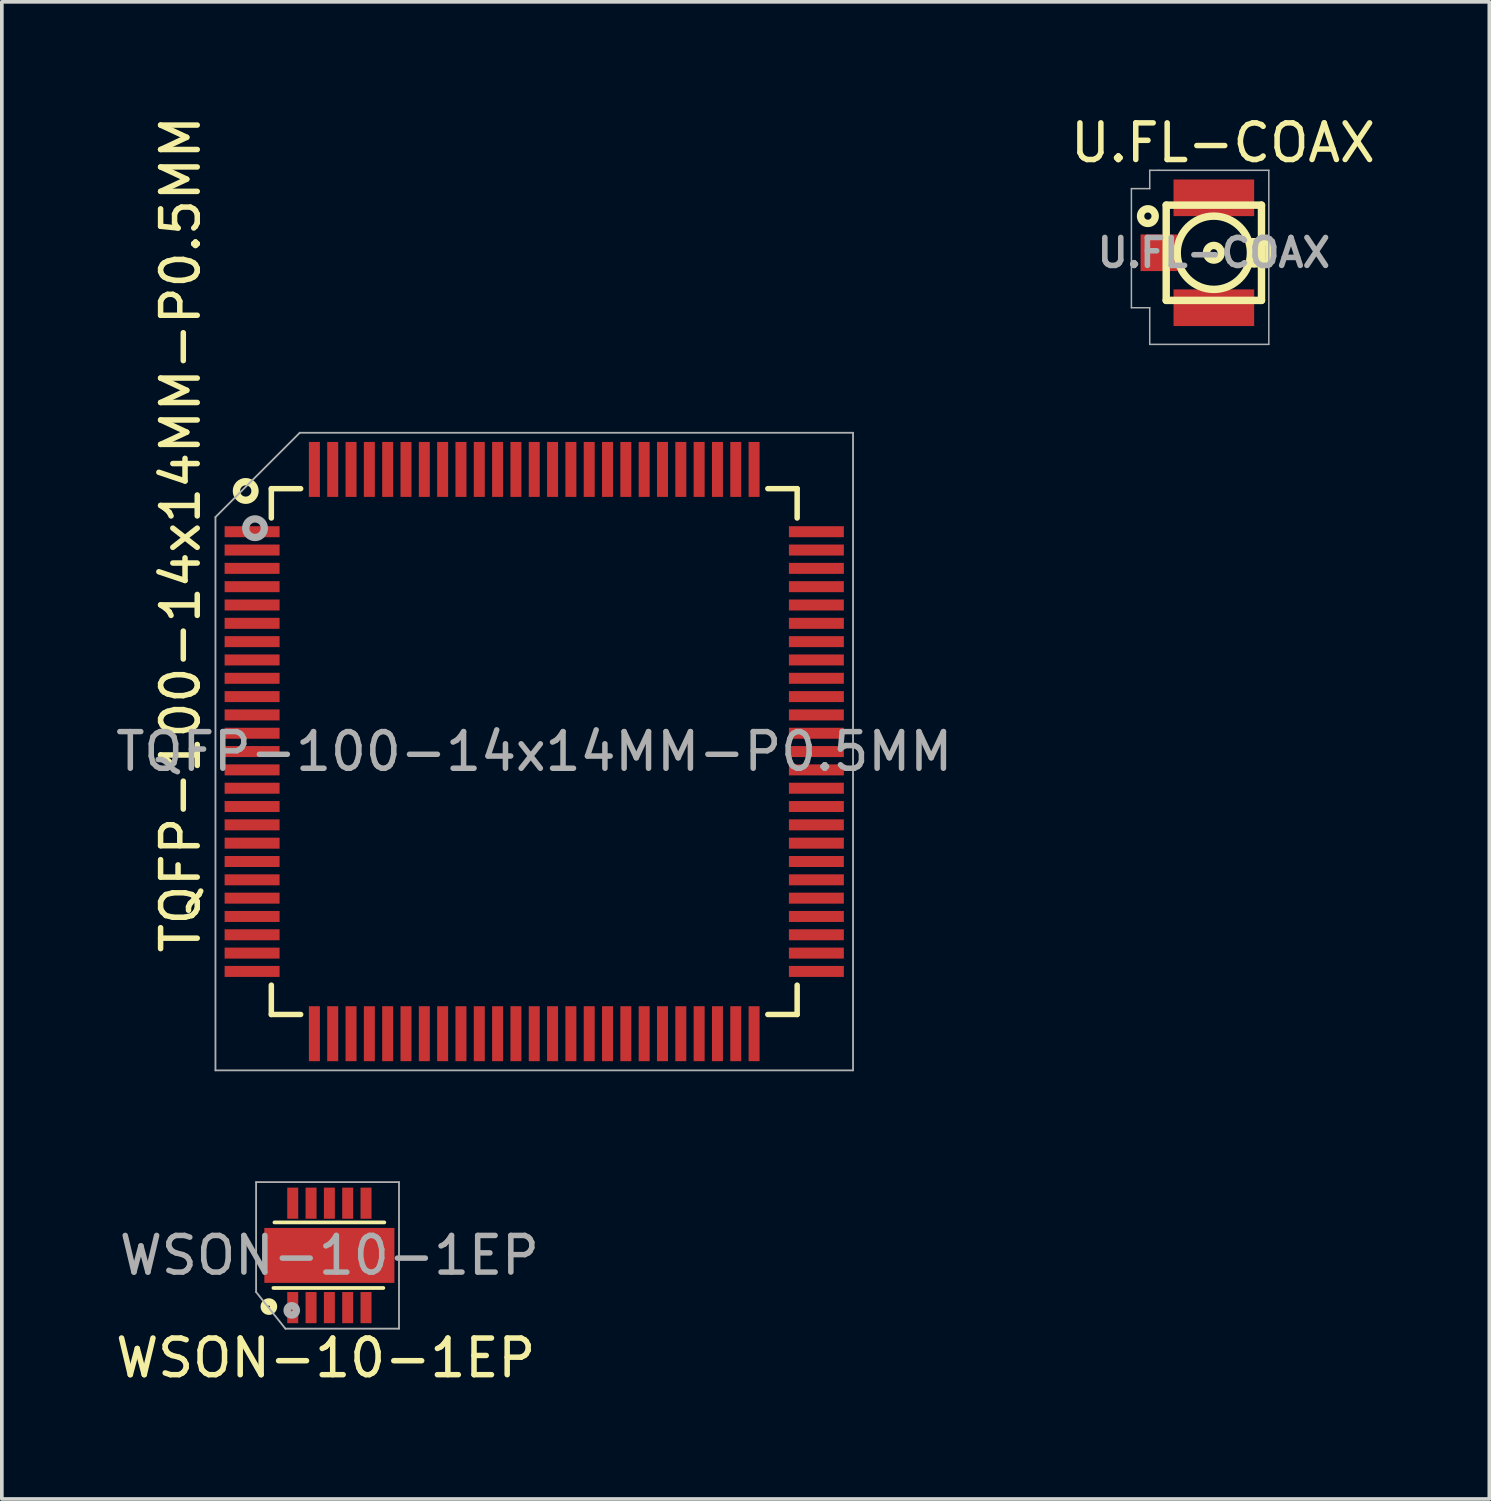
<source format=kicad_pcb>
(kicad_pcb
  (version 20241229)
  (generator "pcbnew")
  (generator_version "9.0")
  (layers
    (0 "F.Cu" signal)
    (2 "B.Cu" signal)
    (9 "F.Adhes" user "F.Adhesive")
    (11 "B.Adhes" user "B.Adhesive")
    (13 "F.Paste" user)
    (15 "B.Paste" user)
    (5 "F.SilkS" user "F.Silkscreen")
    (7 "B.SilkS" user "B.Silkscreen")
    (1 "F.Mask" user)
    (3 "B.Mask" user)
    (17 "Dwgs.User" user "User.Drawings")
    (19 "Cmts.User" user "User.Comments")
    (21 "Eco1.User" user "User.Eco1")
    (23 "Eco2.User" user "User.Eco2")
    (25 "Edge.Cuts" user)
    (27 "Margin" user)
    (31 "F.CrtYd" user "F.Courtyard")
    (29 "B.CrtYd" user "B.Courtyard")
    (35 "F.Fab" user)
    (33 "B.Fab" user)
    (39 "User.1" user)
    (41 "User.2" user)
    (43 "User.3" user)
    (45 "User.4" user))
  (footprint "TQFP-100-14x14MM-P0.5MM"
    (layer "F.Cu")
    (at 11.53 17.461)
    (property "Reference" "TQFP-100-14x14MM-P0.5MM" (at 0 0 180) (layer "F.Fab") (effects (font (size 1 1) (thickness 0.15))))
    (attr smd)
    (fp_line (start -7.175 -7.175) (end -7.175 -6.375) (stroke (width 0.15) (type solid)) (layer "F.SilkS"))
    (fp_line (start -7.175 -7.175) (end -6.375 -7.175) (stroke (width 0.15) (type solid)) (layer "F.SilkS"))
    (fp_line (start -7.175 7.175) (end -7.175 6.375) (stroke (width 0.15) (type solid)) (layer "F.SilkS"))
    (fp_line (start -7.175 7.175) (end -6.375 7.175) (stroke (width 0.15) (type solid)) (layer "F.SilkS"))
    (fp_line (start 7.175 -7.175) (end 6.375 -7.175) (stroke (width 0.15) (type solid)) (layer "F.SilkS"))
    (fp_line (start 7.175 -7.175) (end 7.175 -6.375) (stroke (width 0.15) (type solid)) (layer "F.SilkS"))
    (fp_line (start 7.175 7.175) (end 6.375 7.175) (stroke (width 0.15) (type solid)) (layer "F.SilkS"))
    (fp_line (start 7.175 7.175) (end 7.175 6.375) (stroke (width 0.15) (type solid)) (layer "F.SilkS"))
    (fp_circle (center -7.874 -7.112) (end -7.874 -6.858) (stroke (width 0.2) (type solid)) (fill no) (layer "F.SilkS"))
    (fp_line (start -8.7 -6.4) (end -8.7 8.7) (stroke (width 0.05) (type solid)) (layer "F.Fab"))
    (fp_line (start -8.7 -6.4) (end -6.4 -8.7) (stroke (width 0.05) (type solid)) (layer "F.Fab"))
    (fp_line (start -8.7 8.7) (end 8.7 8.7) (stroke (width 0.05) (type solid)) (layer "F.Fab"))
    (fp_line (start -6.4 -8.7) (end 8.7 -8.7) (stroke (width 0.05) (type solid)) (layer "F.Fab"))
    (fp_line (start 8.7 -8.7) (end 8.7 8.7) (stroke (width 0.05) (type solid)) (layer "F.Fab"))
    (fp_circle (center -7.62 -6.096) (end -7.62 -5.842) (stroke (width 0.2) (type solid)) (fill no) (layer "F.Fab"))
    (fp_text user "${REFERENCE}" (at -9.652 -5.931 90) (layer "F.SilkS") (effects (font (size 1 1) (thickness 0.15))))
    (pad "1" smd rect (at -7.7 -6) (size 1.5 0.3) (layers "F.Cu" "F.Mask" "F.Paste"))
    (pad "2" smd rect (at -7.7 -5.5) (size 1.5 0.3) (layers "F.Cu" "F.Mask" "F.Paste"))
    (pad "3" smd rect (at -7.7 -5) (size 1.5 0.3) (layers "F.Cu" "F.Mask" "F.Paste"))
    (pad "4" smd rect (at -7.7 -4.5) (size 1.5 0.3) (layers "F.Cu" "F.Mask" "F.Paste"))
    (pad "5" smd rect (at -7.7 -4) (size 1.5 0.3) (layers "F.Cu" "F.Mask" "F.Paste"))
    (pad "6" smd rect (at -7.7 -3.5) (size 1.5 0.3) (layers "F.Cu" "F.Mask" "F.Paste"))
    (pad "7" smd rect (at -7.7 -3) (size 1.5 0.3) (layers "F.Cu" "F.Mask" "F.Paste"))
    (pad "8" smd rect (at -7.7 -2.5) (size 1.5 0.3) (layers "F.Cu" "F.Mask" "F.Paste"))
    (pad "9" smd rect (at -7.7 -2) (size 1.5 0.3) (layers "F.Cu" "F.Mask" "F.Paste"))
    (pad "10" smd rect (at -7.7 -1.5) (size 1.5 0.3) (layers "F.Cu" "F.Mask" "F.Paste"))
    (pad "11" smd rect (at -7.7 -1) (size 1.5 0.3) (layers "F.Cu" "F.Mask" "F.Paste"))
    (pad "12" smd rect (at -7.7 -0.5) (size 1.5 0.3) (layers "F.Cu" "F.Mask" "F.Paste"))
    (pad "13" smd rect (at -7.7 0) (size 1.5 0.3) (layers "F.Cu" "F.Mask" "F.Paste"))
    (pad "14" smd rect (at -7.7 0.5) (size 1.5 0.3) (layers "F.Cu" "F.Mask" "F.Paste"))
    (pad "15" smd rect (at -7.7 1) (size 1.5 0.3) (layers "F.Cu" "F.Mask" "F.Paste"))
    (pad "16" smd rect (at -7.7 1.5) (size 1.5 0.3) (layers "F.Cu" "F.Mask" "F.Paste"))
    (pad "17" smd rect (at -7.7 2) (size 1.5 0.3) (layers "F.Cu" "F.Mask" "F.Paste"))
    (pad "18" smd rect (at -7.7 2.5) (size 1.5 0.3) (layers "F.Cu" "F.Mask" "F.Paste"))
    (pad "19" smd rect (at -7.7 3) (size 1.5 0.3) (layers "F.Cu" "F.Mask" "F.Paste"))
    (pad "20" smd rect (at -7.7 3.5) (size 1.5 0.3) (layers "F.Cu" "F.Mask" "F.Paste"))
    (pad "21" smd rect (at -7.7 4) (size 1.5 0.3) (layers "F.Cu" "F.Mask" "F.Paste"))
    (pad "22" smd rect (at -7.7 4.5) (size 1.5 0.3) (layers "F.Cu" "F.Mask" "F.Paste"))
    (pad "23" smd rect (at -7.7 5) (size 1.5 0.3) (layers "F.Cu" "F.Mask" "F.Paste"))
    (pad "24" smd rect (at -7.7 5.5) (size 1.5 0.3) (layers "F.Cu" "F.Mask" "F.Paste"))
    (pad "25" smd rect (at -7.7 6) (size 1.5 0.3) (layers "F.Cu" "F.Mask" "F.Paste"))
    (pad "26" smd rect (at -6 7.7 90) (size 1.5 0.3) (layers "F.Cu" "F.Mask" "F.Paste"))
    (pad "27" smd rect (at -5.5 7.7 90) (size 1.5 0.3) (layers "F.Cu" "F.Mask" "F.Paste"))
    (pad "28" smd rect (at -5 7.7 90) (size 1.5 0.3) (layers "F.Cu" "F.Mask" "F.Paste"))
    (pad "29" smd rect (at -4.5 7.7 90) (size 1.5 0.3) (layers "F.Cu" "F.Mask" "F.Paste"))
    (pad "30" smd rect (at -4 7.7 90) (size 1.5 0.3) (layers "F.Cu" "F.Mask" "F.Paste"))
    (pad "31" smd rect (at -3.5 7.7 90) (size 1.5 0.3) (layers "F.Cu" "F.Mask" "F.Paste"))
    (pad "32" smd rect (at -3 7.7 90) (size 1.5 0.3) (layers "F.Cu" "F.Mask" "F.Paste"))
    (pad "33" smd rect (at -2.5 7.7 90) (size 1.5 0.3) (layers "F.Cu" "F.Mask" "F.Paste"))
    (pad "34" smd rect (at -2 7.7 90) (size 1.5 0.3) (layers "F.Cu" "F.Mask" "F.Paste"))
    (pad "35" smd rect (at -1.5 7.7 90) (size 1.5 0.3) (layers "F.Cu" "F.Mask" "F.Paste"))
    (pad "36" smd rect (at -1 7.7 90) (size 1.5 0.3) (layers "F.Cu" "F.Mask" "F.Paste"))
    (pad "37" smd rect (at -0.5 7.7 90) (size 1.5 0.3) (layers "F.Cu" "F.Mask" "F.Paste"))
    (pad "38" smd rect (at 0 7.7 90) (size 1.5 0.3) (layers "F.Cu" "F.Mask" "F.Paste"))
    (pad "39" smd rect (at 0.5 7.7 90) (size 1.5 0.3) (layers "F.Cu" "F.Mask" "F.Paste"))
    (pad "40" smd rect (at 1 7.7 90) (size 1.5 0.3) (layers "F.Cu" "F.Mask" "F.Paste"))
    (pad "41" smd rect (at 1.5 7.7 90) (size 1.5 0.3) (layers "F.Cu" "F.Mask" "F.Paste"))
    (pad "42" smd rect (at 2 7.7 90) (size 1.5 0.3) (layers "F.Cu" "F.Mask" "F.Paste"))
    (pad "43" smd rect (at 2.5 7.7 90) (size 1.5 0.3) (layers "F.Cu" "F.Mask" "F.Paste"))
    (pad "44" smd rect (at 3 7.7 90) (size 1.5 0.3) (layers "F.Cu" "F.Mask" "F.Paste"))
    (pad "45" smd rect (at 3.5 7.7 90) (size 1.5 0.3) (layers "F.Cu" "F.Mask" "F.Paste"))
    (pad "46" smd rect (at 4 7.7 90) (size 1.5 0.3) (layers "F.Cu" "F.Mask" "F.Paste"))
    (pad "47" smd rect (at 4.5 7.7 90) (size 1.5 0.3) (layers "F.Cu" "F.Mask" "F.Paste"))
    (pad "48" smd rect (at 5 7.7 90) (size 1.5 0.3) (layers "F.Cu" "F.Mask" "F.Paste"))
    (pad "49" smd rect (at 5.5 7.7 90) (size 1.5 0.3) (layers "F.Cu" "F.Mask" "F.Paste"))
    (pad "50" smd rect (at 6 7.7 90) (size 1.5 0.3) (layers "F.Cu" "F.Mask" "F.Paste"))
    (pad "51" smd rect (at 7.7 6) (size 1.5 0.3) (layers "F.Cu" "F.Mask" "F.Paste"))
    (pad "52" smd rect (at 7.7 5.5) (size 1.5 0.3) (layers "F.Cu" "F.Mask" "F.Paste"))
    (pad "53" smd rect (at 7.7 5) (size 1.5 0.3) (layers "F.Cu" "F.Mask" "F.Paste"))
    (pad "54" smd rect (at 7.7 4.5) (size 1.5 0.3) (layers "F.Cu" "F.Mask" "F.Paste"))
    (pad "55" smd rect (at 7.7 4) (size 1.5 0.3) (layers "F.Cu" "F.Mask" "F.Paste"))
    (pad "56" smd rect (at 7.7 3.5) (size 1.5 0.3) (layers "F.Cu" "F.Mask" "F.Paste"))
    (pad "57" smd rect (at 7.7 3) (size 1.5 0.3) (layers "F.Cu" "F.Mask" "F.Paste"))
    (pad "58" smd rect (at 7.7 2.5) (size 1.5 0.3) (layers "F.Cu" "F.Mask" "F.Paste"))
    (pad "59" smd rect (at 7.7 2) (size 1.5 0.3) (layers "F.Cu" "F.Mask" "F.Paste"))
    (pad "60" smd rect (at 7.7 1.5) (size 1.5 0.3) (layers "F.Cu" "F.Mask" "F.Paste"))
    (pad "61" smd rect (at 7.7 1) (size 1.5 0.3) (layers "F.Cu" "F.Mask" "F.Paste"))
    (pad "62" smd rect (at 7.7 0.5) (size 1.5 0.3) (layers "F.Cu" "F.Mask" "F.Paste"))
    (pad "63" smd rect (at 7.7 0) (size 1.5 0.3) (layers "F.Cu" "F.Mask" "F.Paste"))
    (pad "64" smd rect (at 7.7 -0.5) (size 1.5 0.3) (layers "F.Cu" "F.Mask" "F.Paste"))
    (pad "65" smd rect (at 7.7 -1) (size 1.5 0.3) (layers "F.Cu" "F.Mask" "F.Paste"))
    (pad "66" smd rect (at 7.7 -1.5) (size 1.5 0.3) (layers "F.Cu" "F.Mask" "F.Paste"))
    (pad "67" smd rect (at 7.7 -2) (size 1.5 0.3) (layers "F.Cu" "F.Mask" "F.Paste"))
    (pad "68" smd rect (at 7.7 -2.5) (size 1.5 0.3) (layers "F.Cu" "F.Mask" "F.Paste"))
    (pad "69" smd rect (at 7.7 -3) (size 1.5 0.3) (layers "F.Cu" "F.Mask" "F.Paste"))
    (pad "70" smd rect (at 7.7 -3.5) (size 1.5 0.3) (layers "F.Cu" "F.Mask" "F.Paste"))
    (pad "71" smd rect (at 7.7 -4) (size 1.5 0.3) (layers "F.Cu" "F.Mask" "F.Paste"))
    (pad "72" smd rect (at 7.7 -4.5) (size 1.5 0.3) (layers "F.Cu" "F.Mask" "F.Paste"))
    (pad "73" smd rect (at 7.7 -5) (size 1.5 0.3) (layers "F.Cu" "F.Mask" "F.Paste"))
    (pad "74" smd rect (at 7.7 -5.5) (size 1.5 0.3) (layers "F.Cu" "F.Mask" "F.Paste"))
    (pad "75" smd rect (at 7.7 -6) (size 1.5 0.3) (layers "F.Cu" "F.Mask" "F.Paste"))
    (pad "76" smd rect (at 6 -7.7 90) (size 1.5 0.3) (layers "F.Cu" "F.Mask" "F.Paste"))
    (pad "77" smd rect (at 5.5 -7.7 90) (size 1.5 0.3) (layers "F.Cu" "F.Mask" "F.Paste"))
    (pad "78" smd rect (at 5 -7.7 90) (size 1.5 0.3) (layers "F.Cu" "F.Mask" "F.Paste"))
    (pad "79" smd rect (at 4.5 -7.7 90) (size 1.5 0.3) (layers "F.Cu" "F.Mask" "F.Paste"))
    (pad "80" smd rect (at 4 -7.7 90) (size 1.5 0.3) (layers "F.Cu" "F.Mask" "F.Paste"))
    (pad "81" smd rect (at 3.5 -7.7 90) (size 1.5 0.3) (layers "F.Cu" "F.Mask" "F.Paste"))
    (pad "82" smd rect (at 3 -7.7 90) (size 1.5 0.3) (layers "F.Cu" "F.Mask" "F.Paste"))
    (pad "83" smd rect (at 2.5 -7.7 90) (size 1.5 0.3) (layers "F.Cu" "F.Mask" "F.Paste"))
    (pad "84" smd rect (at 2 -7.7 90) (size 1.5 0.3) (layers "F.Cu" "F.Mask" "F.Paste"))
    (pad "85" smd rect (at 1.5 -7.7 90) (size 1.5 0.3) (layers "F.Cu" "F.Mask" "F.Paste"))
    (pad "86" smd rect (at 1 -7.7 90) (size 1.5 0.3) (layers "F.Cu" "F.Mask" "F.Paste"))
    (pad "87" smd rect (at 0.5 -7.7 90) (size 1.5 0.3) (layers "F.Cu" "F.Mask" "F.Paste"))
    (pad "88" smd rect (at 0 -7.7 90) (size 1.5 0.3) (layers "F.Cu" "F.Mask" "F.Paste"))
    (pad "89" smd rect (at -0.5 -7.7 90) (size 1.5 0.3) (layers "F.Cu" "F.Mask" "F.Paste"))
    (pad "90" smd rect (at -1 -7.7 90) (size 1.5 0.3) (layers "F.Cu" "F.Mask" "F.Paste"))
    (pad "91" smd rect (at -1.5 -7.7 90) (size 1.5 0.3) (layers "F.Cu" "F.Mask" "F.Paste"))
    (pad "92" smd rect (at -2 -7.7 90) (size 1.5 0.3) (layers "F.Cu" "F.Mask" "F.Paste"))
    (pad "93" smd rect (at -2.5 -7.7 90) (size 1.5 0.3) (layers "F.Cu" "F.Mask" "F.Paste"))
    (pad "94" smd rect (at -3 -7.7 90) (size 1.5 0.3) (layers "F.Cu" "F.Mask" "F.Paste"))
    (pad "95" smd rect (at -3.5 -7.7 90) (size 1.5 0.3) (layers "F.Cu" "F.Mask" "F.Paste"))
    (pad "96" smd rect (at -4 -7.7 90) (size 1.5 0.3) (layers "F.Cu" "F.Mask" "F.Paste"))
    (pad "97" smd rect (at -4.5 -7.7 90) (size 1.5 0.3) (layers "F.Cu" "F.Mask" "F.Paste"))
    (pad "98" smd rect (at -5 -7.7 90) (size 1.5 0.3) (layers "F.Cu" "F.Mask" "F.Paste"))
    (pad "99" smd rect (at -5.5 -7.7 90) (size 1.5 0.3) (layers "F.Cu" "F.Mask" "F.Paste"))
    (pad "100" smd rect (at -6 -7.7 90) (size 1.5 0.3) (layers "F.Cu" "F.Mask" "F.Paste")))
  (footprint "WSON-10-1EP"
    (layer "F.Cu")
    (at 5.939 31.211)
    (property "Reference" "WSON-10-1EP" (at 0 0 0) (layer "F.Fab") (effects (font (size 1 1) (thickness 0.15))))
    (attr smd)
    (fp_line (start -1.527 0.889) (end 1.473 0.889) (stroke (width 0.102) (type solid)) (layer "F.SilkS"))
    (fp_line (start -1.5 -0.9) (end 1.5 -0.9) (stroke (width 0.102) (type solid)) (layer "F.SilkS"))
    (fp_circle (center -1.651 1.397) (end -1.651 1.524) (stroke (width 0.2) (type solid)) (fill no) (layer "F.SilkS"))
    (fp_line (start -2 -2) (end 1.9 -2) (stroke (width 0.05) (type solid)) (layer "F.Fab"))
    (fp_line (start -2 1) (end -2 -2) (stroke (width 0.05) (type solid)) (layer "F.Fab"))
    (fp_line (start -2 1) (end -1.2 2) (stroke (width 0.05) (type solid)) (layer "F.Fab"))
    (fp_line (start 1.9 -2) (end 1.9 2) (stroke (width 0.05) (type solid)) (layer "F.Fab"))
    (fp_line (start 1.9 2) (end -1.2 2) (stroke (width 0.05) (type solid)) (layer "F.Fab"))
    (fp_circle (center -1.027 1.5) (end -1.027 1.627) (stroke (width 0.2) (type solid)) (fill no) (layer "F.Fab"))
    (fp_text user "${REFERENCE}" (at -0.1 2.8 0) (layer "F.SilkS") (effects (font (size 1 1) (thickness 0.15))))
    (pad "" smd rect (at -0.635 -0.381) (size 0.9 0.65) (layers "F.Paste"))
    (pad "" smd rect (at -0.635 0.381) (size 0.9 0.65) (layers "F.Paste"))
    (pad "" smd rect (at 0.635 -0.381) (size 0.9 0.65) (layers "F.Paste"))
    (pad "" smd rect (at 0.635 0.381) (size 0.9 0.65) (layers "F.Paste"))
    (pad "1" smd rect (at -1 1.425) (size 0.3 0.85) (layers "F.Cu" "F.Mask" "F.Paste"))
    (pad "2" smd rect (at -0.5 1.425) (size 0.3 0.85) (layers "F.Cu" "F.Mask" "F.Paste"))
    (pad "3" smd rect (at 0 1.425) (size 0.3 0.85) (layers "F.Cu" "F.Mask" "F.Paste"))
    (pad "4" smd rect (at 0.5 1.425) (size 0.3 0.85) (layers "F.Cu" "F.Mask" "F.Paste"))
    (pad "5" smd rect (at 1 1.425) (size 0.3 0.85) (layers "F.Cu" "F.Mask" "F.Paste"))
    (pad "6" smd rect (at 1 -1.425) (size 0.3 0.85) (layers "F.Cu" "F.Mask" "F.Paste"))
    (pad "7" smd rect (at 0.5 -1.425) (size 0.3 0.85) (layers "F.Cu" "F.Mask" "F.Paste"))
    (pad "8" smd rect (at 0 -1.425) (size 0.3 0.85) (layers "F.Cu" "F.Mask" "F.Paste"))
    (pad "9" smd rect (at -0.5 -1.425) (size 0.3 0.85) (layers "F.Cu" "F.Mask" "F.Paste"))
    (pad "10" smd rect (at -1 -1.425) (size 0.3 0.85) (layers "F.Cu" "F.Mask" "F.Paste"))
    (pad "11" smd rect (at 0 0) (size 3.55 1.5) (layers "F.Cu" "F.Mask")))
  (footprint "U.FL-COAX"
    (layer "F.Cu")
    (at 30.077 3.848)
    (property "Reference" "U.FL-COAX" (at 0 0 0) (layer "F.Fab") (effects (font (size 0.762 0.762) (thickness 0.152))))
    (attr smd)
    (fp_line (start -1.3 -1.3) (end -1.3 1.3) (stroke (width 0.203) (type solid)) (layer "F.SilkS"))
    (fp_line (start -1.3 1.3) (end 1.3 1.3) (stroke (width 0.203) (type solid)) (layer "F.SilkS"))
    (fp_line (start 1.1 0.3) (end 1.1 -0.3) (stroke (width 0.203) (type solid)) (layer "F.SilkS"))
    (fp_line (start 1.3 -1.3) (end -1.3 -1.3) (stroke (width 0.203) (type solid)) (layer "F.SilkS"))
    (fp_line (start 1.3 1.3) (end 1.3 -1.3) (stroke (width 0.203) (type solid)) (layer "F.SilkS"))
    (fp_line (start 1.5 -0.3) (end 1 -0.3) (stroke (width 0.203) (type solid)) (layer "F.SilkS"))
    (fp_line (start 1.5 0.3) (end 1 0.3) (stroke (width 0.203) (type solid)) (layer "F.SilkS"))
    (fp_line (start 1.5 0.3) (end 1.5 -0.3) (stroke (width 0.203) (type solid)) (layer "F.SilkS"))
    (fp_circle (center -1.8 -1) (end -1.6 -1) (stroke (width 0.203) (type solid)) (fill no) (layer "F.SilkS"))
    (fp_circle (center 0 0) (end 0.2 0) (stroke (width 0.203) (type solid)) (fill no) (layer "F.SilkS"))
    (fp_circle (center 0 0) (end 1 0) (stroke (width 0.203) (type solid)) (fill no) (layer "F.SilkS"))
    (fp_line (start -2.25 -1.75) (end -2.25 1.5) (stroke (width 0.041) (type solid)) (layer "F.Fab"))
    (fp_line (start -2.25 1.5) (end -1.75 1.5) (stroke (width 0.041) (type solid)) (layer "F.Fab"))
    (fp_line (start -1.75 -2.25) (end -1.75 -1.75) (stroke (width 0.041) (type solid)) (layer "F.Fab"))
    (fp_line (start -1.75 -2.25) (end -1.5 -2.25) (stroke (width 0.041) (type solid)) (layer "F.Fab"))
    (fp_line (start -1.75 -1.75) (end -2.25 -1.75) (stroke (width 0.041) (type solid)) (layer "F.Fab"))
    (fp_line (start -1.75 1.5) (end -1.75 2.5) (stroke (width 0.041) (type solid)) (layer "F.Fab"))
    (fp_line (start -1.75 2.5) (end 1.5 2.5) (stroke (width 0.041) (type solid)) (layer "F.Fab"))
    (fp_line (start 1.5 -2.25) (end -1.5 -2.25) (stroke (width 0.041) (type solid)) (layer "F.Fab"))
    (fp_line (start 1.5 2.5) (end 1.5 -2.25) (stroke (width 0.041) (type solid)) (layer "F.Fab"))
    (fp_text user "${REFERENCE}" (at 0.25 -3 0) (layer "F.SilkS") (effects (font (size 1 1) (thickness 0.15))))
    (pad "GND" smd rect (at 0 -1.5) (size 2.2 1) (layers "F.Cu" "F.Mask" "F.Paste"))
    (pad "GND" smd rect (at 0 1.5) (size 2.2 1) (layers "F.Cu" "F.Mask" "F.Paste"))
    (pad "SIG" smd rect (at -1.5 0) (size 1 1) (layers "F.Cu" "F.Mask" "F.Paste")))
  (gr_rect
    (start -3 -3)
    (end 37.595 37.859)
    (stroke (width 0.1) (type default))
    (fill no)
    (layer "Edge.Cuts")))
</source>
